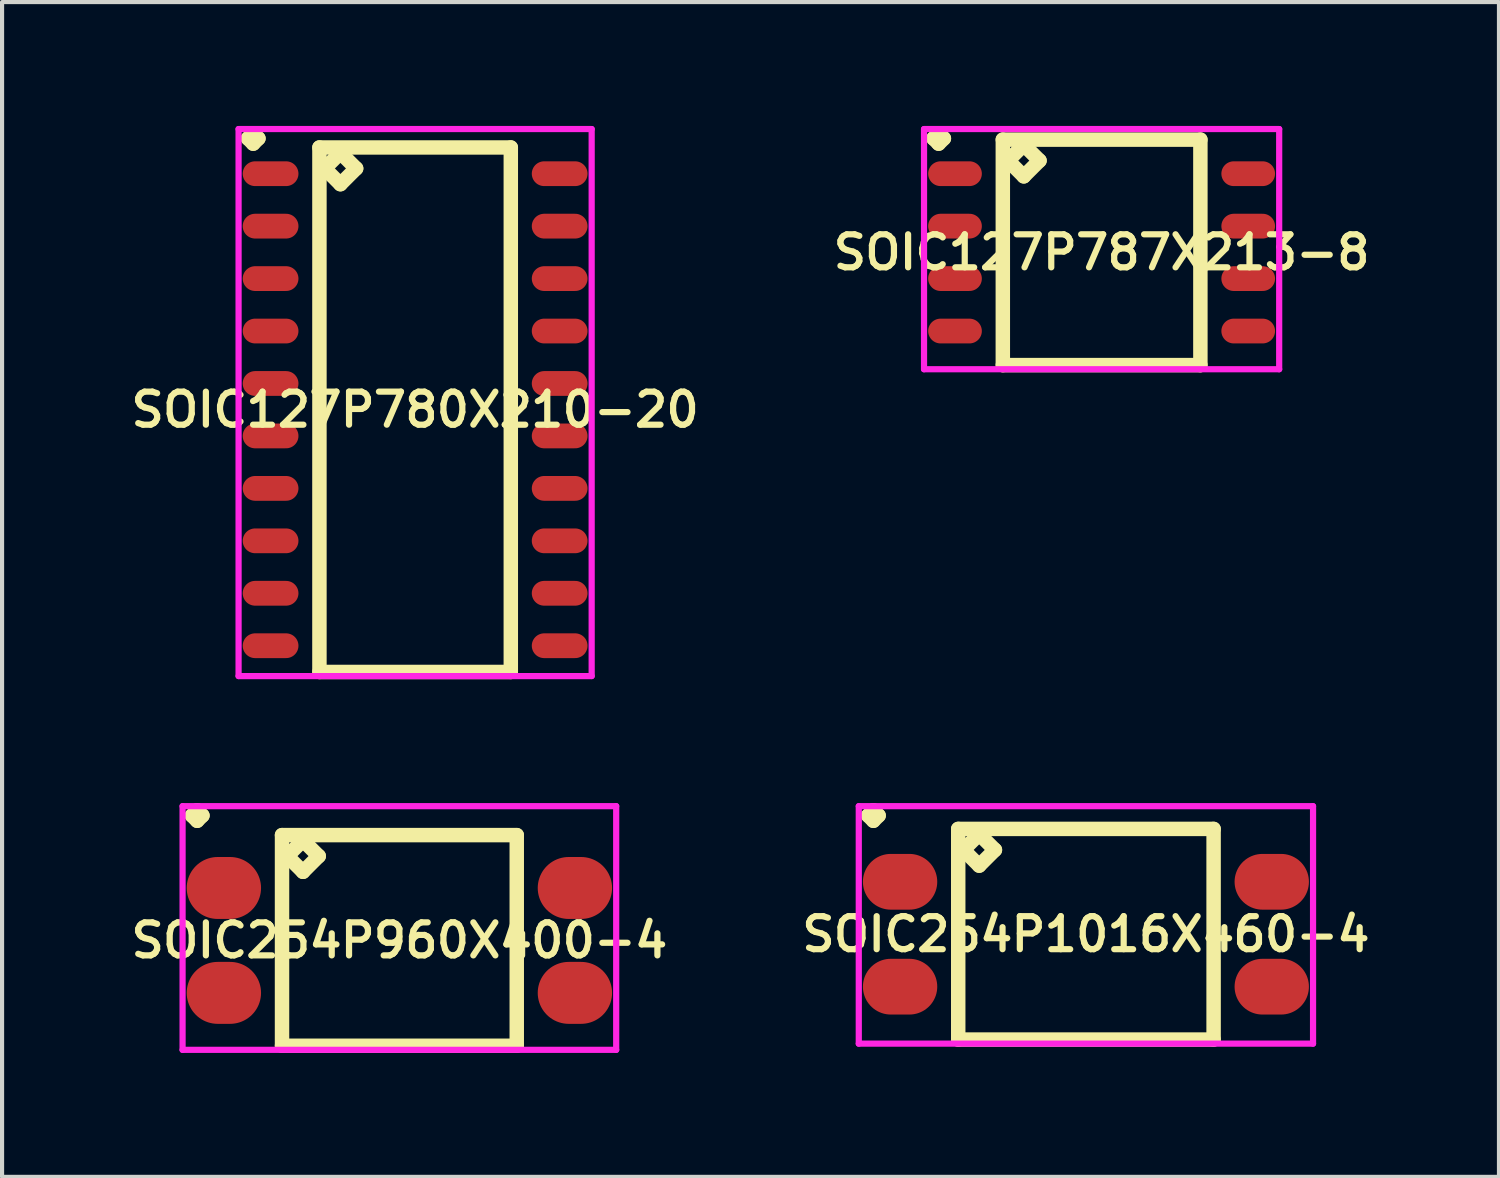
<source format=kicad_pcb>
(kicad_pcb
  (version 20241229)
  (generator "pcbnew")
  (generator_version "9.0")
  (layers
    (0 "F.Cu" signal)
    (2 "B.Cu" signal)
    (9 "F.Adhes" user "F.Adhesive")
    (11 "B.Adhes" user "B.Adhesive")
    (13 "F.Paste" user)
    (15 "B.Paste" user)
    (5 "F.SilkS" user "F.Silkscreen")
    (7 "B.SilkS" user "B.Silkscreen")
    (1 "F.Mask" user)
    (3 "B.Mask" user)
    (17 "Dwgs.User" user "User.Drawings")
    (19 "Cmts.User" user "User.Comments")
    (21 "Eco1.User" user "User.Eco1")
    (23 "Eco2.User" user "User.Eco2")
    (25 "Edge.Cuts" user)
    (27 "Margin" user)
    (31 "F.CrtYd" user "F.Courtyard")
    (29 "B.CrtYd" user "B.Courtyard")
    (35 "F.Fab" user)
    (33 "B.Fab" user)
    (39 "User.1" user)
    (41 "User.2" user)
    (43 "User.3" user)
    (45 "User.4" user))
  (footprint "SOIC254P1016X460-4"
    (layer "F.Cu")
    (at 23.245 19.572)
    (property "Reference" "SOIC254P1016X460-4" (at 0 0 0) (layer "F.SilkS") (effects (font (size 0.8 0.8) (thickness 0.15))))
    (attr through_hole)
    (fp_line (start -5.273 -2.874) (end -5.146 -3.001) (stroke (width 0.35) (type solid)) (layer "F.SilkS"))
    (fp_line (start -5.146 -3.001) (end -5.019 -2.874) (stroke (width 0.35) (type solid)) (layer "F.SilkS"))
    (fp_line (start -5.146 -2.747) (end -5.273 -2.874) (stroke (width 0.35) (type solid)) (layer "F.SilkS"))
    (fp_line (start -5.019 -2.874) (end -5.146 -2.747) (stroke (width 0.35) (type solid)) (layer "F.SilkS"))
    (fp_line (start -3.092 -2.55) (end -3.092 2.55) (stroke (width 0.35) (type solid)) (layer "F.SilkS"))
    (fp_line (start -3.092 2.55) (end 3.092 2.55) (stroke (width 0.35) (type solid)) (layer "F.SilkS"))
    (fp_line (start -2.965 -2.042) (end -2.584 -2.423) (stroke (width 0.35) (type solid)) (layer "F.SilkS"))
    (fp_line (start -2.584 -2.423) (end -2.203 -2.042) (stroke (width 0.35) (type solid)) (layer "F.SilkS"))
    (fp_line (start -2.584 -1.661) (end -2.965 -2.042) (stroke (width 0.35) (type solid)) (layer "F.SilkS"))
    (fp_line (start -2.203 -2.042) (end -2.584 -1.661) (stroke (width 0.35) (type solid)) (layer "F.SilkS"))
    (fp_line (start 3.092 -2.55) (end -3.092 -2.55) (stroke (width 0.35) (type solid)) (layer "F.SilkS"))
    (fp_line (start 3.092 2.55) (end 3.092 -2.55) (stroke (width 0.35) (type solid)) (layer "F.SilkS"))
    (fp_line (start -5.5 -3.101) (end 5.5 -3.101) (stroke (width 0.15) (type solid)) (layer "F.CrtYd"))
    (fp_line (start -5.5 2.65) (end -5.5 -3.101) (stroke (width 0.15) (type solid)) (layer "F.CrtYd"))
    (fp_line (start 5.5 -3.101) (end 5.5 2.65) (stroke (width 0.15) (type solid)) (layer "F.CrtYd"))
    (fp_line (start 5.5 2.65) (end -5.5 2.65) (stroke (width 0.15) (type solid)) (layer "F.CrtYd"))
    (pad "1" smd oval (at -4.5 -1.27) (size 1.8 1.35) (layers "F.Cu" "F.Mask" "F.Paste"))
    (pad "2" smd oval (at -4.5 1.27) (size 1.8 1.35) (layers "F.Cu" "F.Mask" "F.Paste"))
    (pad "3" smd oval (at 4.5 1.27) (size 1.8 1.35) (layers "F.Cu" "F.Mask" "F.Paste"))
    (pad "4" smd oval (at 4.5 -1.27) (size 1.8 1.35) (layers "F.Cu" "F.Mask" "F.Paste")))
  (footprint "SOIC254P960X400-4"
    (layer "F.Cu")
    (at 6.621 19.722)
    (property "Reference" "SOIC254P960X400-4" (at 0 0 0) (layer "F.SilkS") (effects (font (size 0.8 0.8) (thickness 0.15))))
    (attr smd)
    (fp_line (start -5.023 -3.024) (end -4.896 -3.151) (stroke (width 0.35) (type solid)) (layer "F.SilkS"))
    (fp_line (start -4.896 -3.151) (end -4.769 -3.024) (stroke (width 0.35) (type solid)) (layer "F.SilkS"))
    (fp_line (start -4.896 -2.897) (end -5.023 -3.024) (stroke (width 0.35) (type solid)) (layer "F.SilkS"))
    (fp_line (start -4.769 -3.024) (end -4.896 -2.897) (stroke (width 0.35) (type solid)) (layer "F.SilkS"))
    (fp_line (start -2.842 -2.55) (end -2.842 2.55) (stroke (width 0.35) (type solid)) (layer "F.SilkS"))
    (fp_line (start -2.842 2.55) (end 2.842 2.55) (stroke (width 0.35) (type solid)) (layer "F.SilkS"))
    (fp_line (start -2.715 -2.042) (end -2.334 -2.423) (stroke (width 0.35) (type solid)) (layer "F.SilkS"))
    (fp_line (start -2.334 -2.423) (end -1.953 -2.042) (stroke (width 0.35) (type solid)) (layer "F.SilkS"))
    (fp_line (start -2.334 -1.661) (end -2.715 -2.042) (stroke (width 0.35) (type solid)) (layer "F.SilkS"))
    (fp_line (start -1.953 -2.042) (end -2.334 -1.661) (stroke (width 0.35) (type solid)) (layer "F.SilkS"))
    (fp_line (start 2.842 -2.55) (end -2.842 -2.55) (stroke (width 0.35) (type solid)) (layer "F.SilkS"))
    (fp_line (start 2.842 2.55) (end 2.842 -2.55) (stroke (width 0.35) (type solid)) (layer "F.SilkS"))
    (fp_line (start -5.25 -3.251) (end 5.25 -3.251) (stroke (width 0.15) (type solid)) (layer "F.CrtYd"))
    (fp_line (start -5.25 2.65) (end -5.25 -3.251) (stroke (width 0.15) (type solid)) (layer "F.CrtYd"))
    (fp_line (start 5.25 -3.251) (end 5.25 2.65) (stroke (width 0.15) (type solid)) (layer "F.CrtYd"))
    (fp_line (start 5.25 2.65) (end -5.25 2.65) (stroke (width 0.15) (type solid)) (layer "F.CrtYd"))
    (pad "1" smd oval (at -4.25 -1.27) (size 1.8 1.5) (layers "F.Cu" "F.Mask" "F.Paste"))
    (pad "2" smd oval (at -4.25 1.27) (size 1.8 1.5) (layers "F.Cu" "F.Mask" "F.Paste"))
    (pad "3" smd oval (at 4.25 1.27) (size 1.8 1.5) (layers "F.Cu" "F.Mask" "F.Paste"))
    (pad "4" smd oval (at 4.25 -1.27) (size 1.8 1.5) (layers "F.Cu" "F.Mask" "F.Paste")))
  (footprint "SOIC127P787X213-8"
    (layer "F.Cu")
    (at 23.625 3.061)
    (property "Reference" "SOIC127P787X213-8" (at 0 0 0) (layer "F.SilkS") (effects (font (size 0.8 0.8) (thickness 0.15))))
    (attr through_hole)
    (fp_line (start -4.073 -2.759) (end -3.946 -2.886) (stroke (width 0.35) (type solid)) (layer "F.SilkS"))
    (fp_line (start -3.946 -2.886) (end -3.819 -2.759) (stroke (width 0.35) (type solid)) (layer "F.SilkS"))
    (fp_line (start -3.946 -2.632) (end -4.073 -2.759) (stroke (width 0.35) (type solid)) (layer "F.SilkS"))
    (fp_line (start -3.819 -2.759) (end -3.946 -2.632) (stroke (width 0.35) (type solid)) (layer "F.SilkS"))
    (fp_line (start -2.392 -2.73) (end -2.392 2.73) (stroke (width 0.35) (type solid)) (layer "F.SilkS"))
    (fp_line (start -2.392 2.73) (end 2.392 2.73) (stroke (width 0.35) (type solid)) (layer "F.SilkS"))
    (fp_line (start -2.265 -2.222) (end -1.884 -2.603) (stroke (width 0.35) (type solid)) (layer "F.SilkS"))
    (fp_line (start -1.884 -2.603) (end -1.503 -2.222) (stroke (width 0.35) (type solid)) (layer "F.SilkS"))
    (fp_line (start -1.884 -1.841) (end -2.265 -2.222) (stroke (width 0.35) (type solid)) (layer "F.SilkS"))
    (fp_line (start -1.503 -2.222) (end -1.884 -1.841) (stroke (width 0.35) (type solid)) (layer "F.SilkS"))
    (fp_line (start 2.392 -2.73) (end -2.392 -2.73) (stroke (width 0.35) (type solid)) (layer "F.SilkS"))
    (fp_line (start 2.392 2.73) (end 2.392 -2.73) (stroke (width 0.35) (type solid)) (layer "F.SilkS"))
    (fp_line (start -4.3 -2.986) (end 4.3 -2.986) (stroke (width 0.15) (type solid)) (layer "F.CrtYd"))
    (fp_line (start -4.3 2.83) (end -4.3 -2.986) (stroke (width 0.15) (type solid)) (layer "F.CrtYd"))
    (fp_line (start 4.3 -2.986) (end 4.3 2.83) (stroke (width 0.15) (type solid)) (layer "F.CrtYd"))
    (fp_line (start 4.3 2.83) (end -4.3 2.83) (stroke (width 0.15) (type solid)) (layer "F.CrtYd"))
    (pad "1" smd oval (at -3.55 -1.905) (size 1.3 0.6) (layers "F.Cu" "F.Mask" "F.Paste"))
    (pad "2" smd oval (at -3.55 -0.635) (size 1.3 0.6) (layers "F.Cu" "F.Mask" "F.Paste"))
    (pad "3" smd oval (at -3.55 0.635) (size 1.3 0.6) (layers "F.Cu" "F.Mask" "F.Paste"))
    (pad "4" smd oval (at -3.55 1.905) (size 1.3 0.6) (layers "F.Cu" "F.Mask" "F.Paste"))
    (pad "5" smd oval (at 3.55 1.905) (size 1.3 0.6) (layers "F.Cu" "F.Mask" "F.Paste"))
    (pad "6" smd oval (at 3.55 0.635) (size 1.3 0.6) (layers "F.Cu" "F.Mask" "F.Paste"))
    (pad "7" smd oval (at 3.55 -0.635) (size 1.3 0.6) (layers "F.Cu" "F.Mask" "F.Paste"))
    (pad "8" smd oval (at 3.55 -1.905) (size 1.3 0.6) (layers "F.Cu" "F.Mask" "F.Paste")))
  (footprint "SOIC127P780X210-20"
    (layer "F.Cu")
    (at 7.002 6.871)
    (property "Reference" "SOIC127P780X210-20" (at 0 0 0) (layer "F.SilkS") (effects (font (size 0.8 0.8) (thickness 0.15))))
    (attr smd)
    (fp_line (start -4.048 -6.569) (end -3.921 -6.696) (stroke (width 0.35) (type solid)) (layer "F.SilkS"))
    (fp_line (start -3.921 -6.696) (end -3.794 -6.569) (stroke (width 0.35) (type solid)) (layer "F.SilkS"))
    (fp_line (start -3.921 -6.442) (end -4.048 -6.569) (stroke (width 0.35) (type solid)) (layer "F.SilkS"))
    (fp_line (start -3.794 -6.569) (end -3.921 -6.442) (stroke (width 0.35) (type solid)) (layer "F.SilkS"))
    (fp_line (start -2.317 -6.35) (end -2.317 6.35) (stroke (width 0.35) (type solid)) (layer "F.SilkS"))
    (fp_line (start -2.317 6.35) (end 2.317 6.35) (stroke (width 0.35) (type solid)) (layer "F.SilkS"))
    (fp_line (start -2.19 -5.842) (end -1.809 -6.223) (stroke (width 0.35) (type solid)) (layer "F.SilkS"))
    (fp_line (start -1.809 -6.223) (end -1.428 -5.842) (stroke (width 0.35) (type solid)) (layer "F.SilkS"))
    (fp_line (start -1.809 -5.461) (end -2.19 -5.842) (stroke (width 0.35) (type solid)) (layer "F.SilkS"))
    (fp_line (start -1.428 -5.842) (end -1.809 -5.461) (stroke (width 0.35) (type solid)) (layer "F.SilkS"))
    (fp_line (start 2.317 -6.35) (end -2.317 -6.35) (stroke (width 0.35) (type solid)) (layer "F.SilkS"))
    (fp_line (start 2.317 6.35) (end 2.317 -6.35) (stroke (width 0.35) (type solid)) (layer "F.SilkS"))
    (fp_line (start -4.275 -6.796) (end 4.275 -6.796) (stroke (width 0.15) (type solid)) (layer "F.CrtYd"))
    (fp_line (start -4.275 6.45) (end -4.275 -6.796) (stroke (width 0.15) (type solid)) (layer "F.CrtYd"))
    (fp_line (start 4.275 -6.796) (end 4.275 6.45) (stroke (width 0.15) (type solid)) (layer "F.CrtYd"))
    (fp_line (start 4.275 6.45) (end -4.275 6.45) (stroke (width 0.15) (type solid)) (layer "F.CrtYd"))
    (pad "1" smd oval (at -3.5 -5.715) (size 1.35 0.6) (layers "F.Cu" "F.Mask" "F.Paste"))
    (pad "2" smd oval (at -3.5 -4.445) (size 1.35 0.6) (layers "F.Cu" "F.Mask" "F.Paste"))
    (pad "3" smd oval (at -3.5 -3.175) (size 1.35 0.6) (layers "F.Cu" "F.Mask" "F.Paste"))
    (pad "4" smd oval (at -3.5 -1.905) (size 1.35 0.6) (layers "F.Cu" "F.Mask" "F.Paste"))
    (pad "5" smd oval (at -3.5 -0.635) (size 1.35 0.6) (layers "F.Cu" "F.Mask" "F.Paste"))
    (pad "6" smd oval (at -3.5 0.635) (size 1.35 0.6) (layers "F.Cu" "F.Mask" "F.Paste"))
    (pad "7" smd oval (at -3.5 1.905) (size 1.35 0.6) (layers "F.Cu" "F.Mask" "F.Paste"))
    (pad "8" smd oval (at -3.5 3.175) (size 1.35 0.6) (layers "F.Cu" "F.Mask" "F.Paste"))
    (pad "9" smd oval (at -3.5 4.445) (size 1.35 0.6) (layers "F.Cu" "F.Mask" "F.Paste"))
    (pad "10" smd oval (at -3.5 5.715) (size 1.35 0.6) (layers "F.Cu" "F.Mask" "F.Paste"))
    (pad "11" smd oval (at 3.5 5.715) (size 1.35 0.6) (layers "F.Cu" "F.Mask" "F.Paste"))
    (pad "12" smd oval (at 3.5 4.445) (size 1.35 0.6) (layers "F.Cu" "F.Mask" "F.Paste"))
    (pad "13" smd oval (at 3.5 3.175) (size 1.35 0.6) (layers "F.Cu" "F.Mask" "F.Paste"))
    (pad "14" smd oval (at 3.5 1.905) (size 1.35 0.6) (layers "F.Cu" "F.Mask" "F.Paste"))
    (pad "15" smd oval (at 3.5 0.635) (size 1.35 0.6) (layers "F.Cu" "F.Mask" "F.Paste"))
    (pad "16" smd oval (at 3.5 -0.635) (size 1.35 0.6) (layers "F.Cu" "F.Mask" "F.Paste"))
    (pad "17" smd oval (at 3.5 -1.905) (size 1.35 0.6) (layers "F.Cu" "F.Mask" "F.Paste"))
    (pad "18" smd oval (at 3.5 -3.175) (size 1.35 0.6) (layers "F.Cu" "F.Mask" "F.Paste"))
    (pad "19" smd oval (at 3.5 -4.445) (size 1.35 0.6) (layers "F.Cu" "F.Mask" "F.Paste"))
    (pad "20" smd oval (at 3.5 -5.715) (size 1.35 0.6) (layers "F.Cu" "F.Mask" "F.Paste")))
  (gr_rect
    (start -3 -3)
    (end 33.247 25.447)
    (stroke (width 0.1) (type default))
    (fill no)
    (layer "Edge.Cuts")))
</source>
